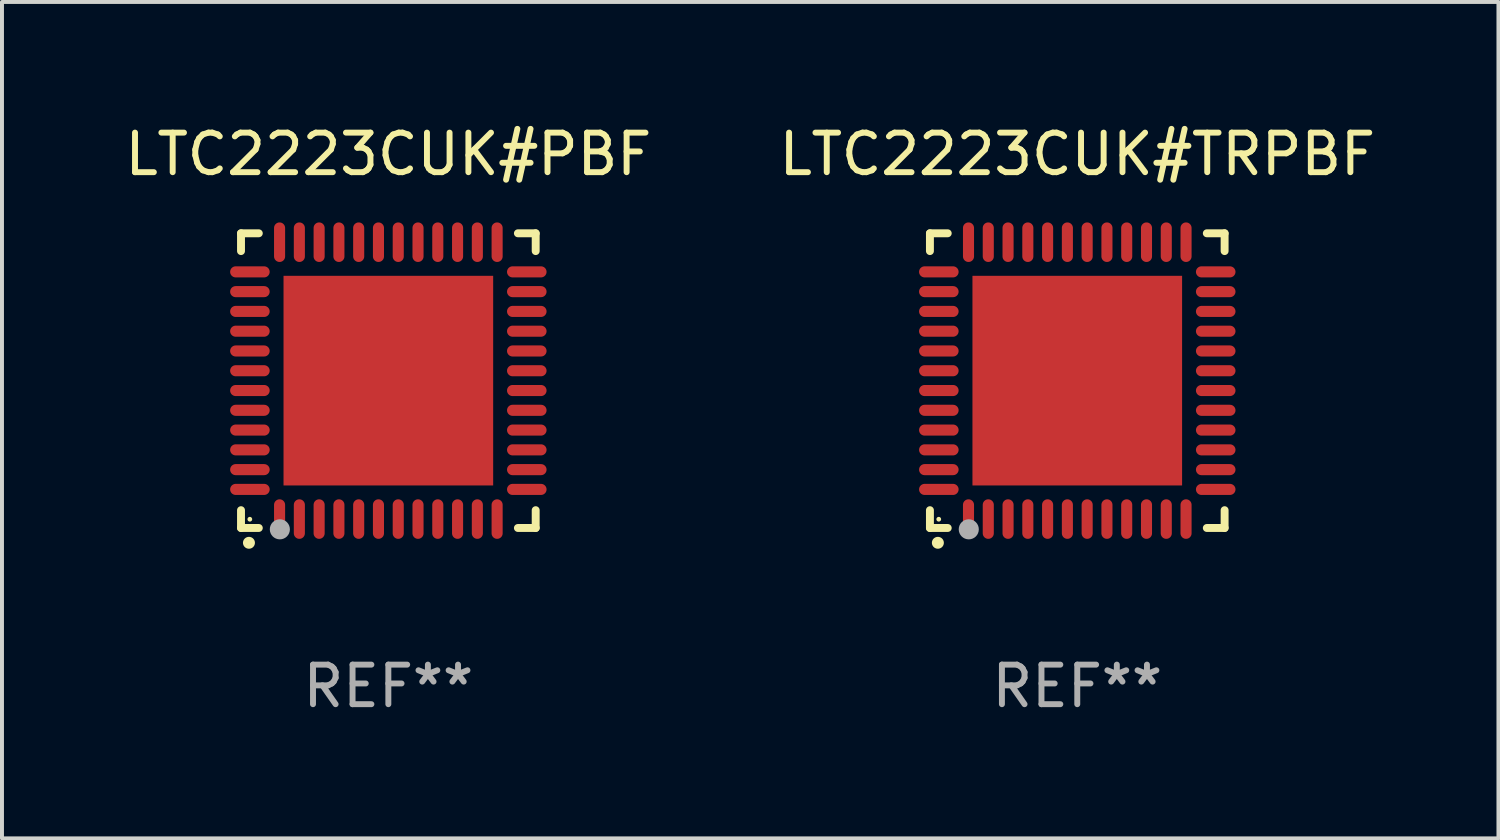
<source format=kicad_pcb>
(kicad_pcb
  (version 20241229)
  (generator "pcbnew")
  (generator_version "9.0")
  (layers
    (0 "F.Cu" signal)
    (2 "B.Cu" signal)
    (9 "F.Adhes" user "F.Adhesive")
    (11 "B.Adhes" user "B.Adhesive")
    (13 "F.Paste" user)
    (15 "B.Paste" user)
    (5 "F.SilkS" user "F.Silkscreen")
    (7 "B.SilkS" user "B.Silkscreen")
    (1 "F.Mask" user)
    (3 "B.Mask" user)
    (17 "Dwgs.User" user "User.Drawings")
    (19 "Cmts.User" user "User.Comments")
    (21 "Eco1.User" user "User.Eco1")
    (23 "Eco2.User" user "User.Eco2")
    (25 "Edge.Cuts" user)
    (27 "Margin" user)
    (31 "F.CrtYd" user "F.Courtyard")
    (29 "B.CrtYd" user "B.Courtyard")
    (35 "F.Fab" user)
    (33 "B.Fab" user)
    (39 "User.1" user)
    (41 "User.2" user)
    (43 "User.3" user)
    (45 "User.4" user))
  (footprint "LTC2223CUK#PBF"
    (layer "F.Cu")
    (at 6.768 6.573)
    (property "Reference" "LTC2223CUK#PBF" (at 0 -5.725 0) (layer "F.SilkS") (effects (font (size 1 1) (thickness 0.15))))
    (attr through_hole)
    (fp_line (start -3.725 -3.725) (end -3.275 -3.725) (stroke (width 0.2) (type solid)) (layer "F.SilkS"))
    (fp_line (start -3.725 -3.275) (end -3.725 -3.725) (stroke (width 0.2) (type solid)) (layer "F.SilkS"))
    (fp_line (start -3.725 3.725) (end -3.725 3.275) (stroke (width 0.2) (type solid)) (layer "F.SilkS"))
    (fp_line (start -3.275 3.725) (end -3.725 3.725) (stroke (width 0.2) (type solid)) (layer "F.SilkS"))
    (fp_line (start 3.275 3.725) (end 3.725 3.725) (stroke (width 0.2) (type solid)) (layer "F.SilkS"))
    (fp_line (start 3.725 -3.725) (end 3.275 -3.725) (stroke (width 0.2) (type solid)) (layer "F.SilkS"))
    (fp_line (start 3.725 -3.275) (end 3.725 -3.725) (stroke (width 0.2) (type solid)) (layer "F.SilkS"))
    (fp_line (start 3.725 3.725) (end 3.725 3.275) (stroke (width 0.2) (type solid)) (layer "F.SilkS"))
    (fp_arc (start -3.525527 4.099568) (mid -3.524257 4.099563) (end -3.522987 4.099568) (stroke (width 0.3) (type solid)) (layer "F.SilkS"))
    (fp_circle (center -3.502 3.504) (end -3.472 3.504) (stroke (width 0.06) (type solid)) (fill no) (layer "F.SilkS"))
    (fp_circle (center -2.743 3.759) (end -2.616 3.759) (stroke (width 0.254) (type solid)) (fill no) (layer "F.Fab"))
    (fp_text user "REF**" (at 0 7.725 0) (layer "F.Fab") (effects (font (size 1 1) (thickness 0.15))))
    (pad "1" smd oval (at -2.75 3.5) (size 0.28 1) (layers "F.Cu" "F.Mask" "F.Paste"))
    (pad "2" smd oval (at -2.25 3.5) (size 0.28 1) (layers "F.Cu" "F.Mask" "F.Paste"))
    (pad "3" smd oval (at -1.75 3.5) (size 0.28 1) (layers "F.Cu" "F.Mask" "F.Paste"))
    (pad "4" smd oval (at -1.25 3.5) (size 0.28 1) (layers "F.Cu" "F.Mask" "F.Paste"))
    (pad "5" smd oval (at -0.75 3.5) (size 0.28 1) (layers "F.Cu" "F.Mask" "F.Paste"))
    (pad "6" smd oval (at -0.25 3.5) (size 0.28 1) (layers "F.Cu" "F.Mask" "F.Paste"))
    (pad "7" smd oval (at 0.25 3.5) (size 0.28 1) (layers "F.Cu" "F.Mask" "F.Paste"))
    (pad "8" smd oval (at 0.75 3.5) (size 0.28 1) (layers "F.Cu" "F.Mask" "F.Paste"))
    (pad "9" smd oval (at 1.25 3.5) (size 0.28 1) (layers "F.Cu" "F.Mask" "F.Paste"))
    (pad "10" smd oval (at 1.75 3.5) (size 0.28 1) (layers "F.Cu" "F.Mask" "F.Paste"))
    (pad "11" smd oval (at 2.25 3.5) (size 0.28 1) (layers "F.Cu" "F.Mask" "F.Paste"))
    (pad "12" smd oval (at 2.75 3.5) (size 0.28 1) (layers "F.Cu" "F.Mask" "F.Paste"))
    (pad "13" smd oval (at 3.5 2.75) (size 1 0.28) (layers "F.Cu" "F.Mask" "F.Paste"))
    (pad "14" smd oval (at 3.5 2.25) (size 1 0.28) (layers "F.Cu" "F.Mask" "F.Paste"))
    (pad "15" smd oval (at 3.5 1.75) (size 1 0.28) (layers "F.Cu" "F.Mask" "F.Paste"))
    (pad "16" smd oval (at 3.5 1.25) (size 1 0.28) (layers "F.Cu" "F.Mask" "F.Paste"))
    (pad "17" smd oval (at 3.5 0.75) (size 1 0.28) (layers "F.Cu" "F.Mask" "F.Paste"))
    (pad "18" smd oval (at 3.5 0.25) (size 1 0.28) (layers "F.Cu" "F.Mask" "F.Paste"))
    (pad "19" smd oval (at 3.5 -0.25) (size 1 0.28) (layers "F.Cu" "F.Mask" "F.Paste"))
    (pad "20" smd oval (at 3.5 -0.75) (size 1 0.28) (layers "F.Cu" "F.Mask" "F.Paste"))
    (pad "21" smd oval (at 3.5 -1.25) (size 1 0.28) (layers "F.Cu" "F.Mask" "F.Paste"))
    (pad "22" smd oval (at 3.5 -1.75) (size 1 0.28) (layers "F.Cu" "F.Mask" "F.Paste"))
    (pad "23" smd oval (at 3.5 -2.25) (size 1 0.28) (layers "F.Cu" "F.Mask" "F.Paste"))
    (pad "24" smd oval (at 3.5 -2.75) (size 1 0.28) (layers "F.Cu" "F.Mask" "F.Paste"))
    (pad "25" smd oval (at 2.75 -3.5) (size 0.28 1) (layers "F.Cu" "F.Mask" "F.Paste"))
    (pad "26" smd oval (at 2.25 -3.5) (size 0.28 1) (layers "F.Cu" "F.Mask" "F.Paste"))
    (pad "27" smd oval (at 1.75 -3.5) (size 0.28 1) (layers "F.Cu" "F.Mask" "F.Paste"))
    (pad "28" smd oval (at 1.25 -3.5) (size 0.28 1) (layers "F.Cu" "F.Mask" "F.Paste"))
    (pad "29" smd oval (at 0.75 -3.5) (size 0.28 1) (layers "F.Cu" "F.Mask" "F.Paste"))
    (pad "30" smd oval (at 0.25 -3.5) (size 0.28 1) (layers "F.Cu" "F.Mask" "F.Paste"))
    (pad "31" smd oval (at -0.25 -3.5) (size 0.28 1) (layers "F.Cu" "F.Mask" "F.Paste"))
    (pad "32" smd oval (at -0.75 -3.5) (size 0.28 1) (layers "F.Cu" "F.Mask" "F.Paste"))
    (pad "33" smd oval (at -1.25 -3.5) (size 0.28 1) (layers "F.Cu" "F.Mask" "F.Paste"))
    (pad "34" smd oval (at -1.75 -3.5) (size 0.28 1) (layers "F.Cu" "F.Mask" "F.Paste"))
    (pad "35" smd oval (at -2.25 -3.5) (size 0.28 1) (layers "F.Cu" "F.Mask" "F.Paste"))
    (pad "36" smd oval (at -2.75 -3.5) (size 0.28 1) (layers "F.Cu" "F.Mask" "F.Paste"))
    (pad "37" smd oval (at -3.5 -2.75) (size 1 0.28) (layers "F.Cu" "F.Mask" "F.Paste"))
    (pad "38" smd oval (at -3.5 -2.25) (size 1 0.28) (layers "F.Cu" "F.Mask" "F.Paste"))
    (pad "39" smd oval (at -3.5 -1.75) (size 1 0.28) (layers "F.Cu" "F.Mask" "F.Paste"))
    (pad "40" smd oval (at -3.5 -1.25) (size 1 0.28) (layers "F.Cu" "F.Mask" "F.Paste"))
    (pad "41" smd oval (at -3.5 -0.75) (size 1 0.28) (layers "F.Cu" "F.Mask" "F.Paste"))
    (pad "42" smd oval (at -3.5 -0.25) (size 1 0.28) (layers "F.Cu" "F.Mask" "F.Paste"))
    (pad "43" smd oval (at -3.5 0.25) (size 1 0.28) (layers "F.Cu" "F.Mask" "F.Paste"))
    (pad "44" smd oval (at -3.5 0.75) (size 1 0.28) (layers "F.Cu" "F.Mask" "F.Paste"))
    (pad "45" smd oval (at -3.5 1.25) (size 1 0.28) (layers "F.Cu" "F.Mask" "F.Paste"))
    (pad "46" smd oval (at -3.5 1.75) (size 1 0.28) (layers "F.Cu" "F.Mask" "F.Paste"))
    (pad "47" smd oval (at -3.5 2.25) (size 1 0.28) (layers "F.Cu" "F.Mask" "F.Paste"))
    (pad "48" smd oval (at -3.5 2.75) (size 1 0.28) (layers "F.Cu" "F.Mask" "F.Paste"))
    (pad "49" smd rect (at 0 0) (size 5.3 5.3) (layers "F.Cu" "F.Mask" "F.Paste")))
  (footprint "LTC2223CUK#TRPBF"
    (layer "F.Cu")
    (at 24.185 6.573)
    (property "Reference" "LTC2223CUK#TRPBF" (at 0 -5.725 0) (layer "F.SilkS") (effects (font (size 1 1) (thickness 0.15))))
    (attr through_hole)
    (fp_line (start -3.725 -3.725) (end -3.275 -3.725) (stroke (width 0.2) (type solid)) (layer "F.SilkS"))
    (fp_line (start -3.725 -3.275) (end -3.725 -3.725) (stroke (width 0.2) (type solid)) (layer "F.SilkS"))
    (fp_line (start -3.725 3.725) (end -3.725 3.275) (stroke (width 0.2) (type solid)) (layer "F.SilkS"))
    (fp_line (start -3.275 3.725) (end -3.725 3.725) (stroke (width 0.2) (type solid)) (layer "F.SilkS"))
    (fp_line (start 3.275 3.725) (end 3.725 3.725) (stroke (width 0.2) (type solid)) (layer "F.SilkS"))
    (fp_line (start 3.725 -3.725) (end 3.275 -3.725) (stroke (width 0.2) (type solid)) (layer "F.SilkS"))
    (fp_line (start 3.725 -3.275) (end 3.725 -3.725) (stroke (width 0.2) (type solid)) (layer "F.SilkS"))
    (fp_line (start 3.725 3.725) (end 3.725 3.275) (stroke (width 0.2) (type solid)) (layer "F.SilkS"))
    (fp_arc (start -3.525527 4.099568) (mid -3.524257 4.099563) (end -3.522987 4.099568) (stroke (width 0.3) (type solid)) (layer "F.SilkS"))
    (fp_circle (center -3.502 3.504) (end -3.472 3.504) (stroke (width 0.06) (type solid)) (fill no) (layer "F.SilkS"))
    (fp_circle (center -2.743 3.759) (end -2.616 3.759) (stroke (width 0.254) (type solid)) (fill no) (layer "F.Fab"))
    (fp_text user "REF**" (at 0 7.725 0) (layer "F.Fab") (effects (font (size 1 1) (thickness 0.15))))
    (pad "1" smd oval (at -2.75 3.5) (size 0.28 1) (layers "F.Cu" "F.Mask" "F.Paste"))
    (pad "2" smd oval (at -2.25 3.5) (size 0.28 1) (layers "F.Cu" "F.Mask" "F.Paste"))
    (pad "3" smd oval (at -1.75 3.5) (size 0.28 1) (layers "F.Cu" "F.Mask" "F.Paste"))
    (pad "4" smd oval (at -1.25 3.5) (size 0.28 1) (layers "F.Cu" "F.Mask" "F.Paste"))
    (pad "5" smd oval (at -0.75 3.5) (size 0.28 1) (layers "F.Cu" "F.Mask" "F.Paste"))
    (pad "6" smd oval (at -0.25 3.5) (size 0.28 1) (layers "F.Cu" "F.Mask" "F.Paste"))
    (pad "7" smd oval (at 0.25 3.5) (size 0.28 1) (layers "F.Cu" "F.Mask" "F.Paste"))
    (pad "8" smd oval (at 0.75 3.5) (size 0.28 1) (layers "F.Cu" "F.Mask" "F.Paste"))
    (pad "9" smd oval (at 1.25 3.5) (size 0.28 1) (layers "F.Cu" "F.Mask" "F.Paste"))
    (pad "10" smd oval (at 1.75 3.5) (size 0.28 1) (layers "F.Cu" "F.Mask" "F.Paste"))
    (pad "11" smd oval (at 2.25 3.5) (size 0.28 1) (layers "F.Cu" "F.Mask" "F.Paste"))
    (pad "12" smd oval (at 2.75 3.5) (size 0.28 1) (layers "F.Cu" "F.Mask" "F.Paste"))
    (pad "13" smd oval (at 3.5 2.75) (size 1 0.28) (layers "F.Cu" "F.Mask" "F.Paste"))
    (pad "14" smd oval (at 3.5 2.25) (size 1 0.28) (layers "F.Cu" "F.Mask" "F.Paste"))
    (pad "15" smd oval (at 3.5 1.75) (size 1 0.28) (layers "F.Cu" "F.Mask" "F.Paste"))
    (pad "16" smd oval (at 3.5 1.25) (size 1 0.28) (layers "F.Cu" "F.Mask" "F.Paste"))
    (pad "17" smd oval (at 3.5 0.75) (size 1 0.28) (layers "F.Cu" "F.Mask" "F.Paste"))
    (pad "18" smd oval (at 3.5 0.25) (size 1 0.28) (layers "F.Cu" "F.Mask" "F.Paste"))
    (pad "19" smd oval (at 3.5 -0.25) (size 1 0.28) (layers "F.Cu" "F.Mask" "F.Paste"))
    (pad "20" smd oval (at 3.5 -0.75) (size 1 0.28) (layers "F.Cu" "F.Mask" "F.Paste"))
    (pad "21" smd oval (at 3.5 -1.25) (size 1 0.28) (layers "F.Cu" "F.Mask" "F.Paste"))
    (pad "22" smd oval (at 3.5 -1.75) (size 1 0.28) (layers "F.Cu" "F.Mask" "F.Paste"))
    (pad "23" smd oval (at 3.5 -2.25) (size 1 0.28) (layers "F.Cu" "F.Mask" "F.Paste"))
    (pad "24" smd oval (at 3.5 -2.75) (size 1 0.28) (layers "F.Cu" "F.Mask" "F.Paste"))
    (pad "25" smd oval (at 2.75 -3.5) (size 0.28 1) (layers "F.Cu" "F.Mask" "F.Paste"))
    (pad "26" smd oval (at 2.25 -3.5) (size 0.28 1) (layers "F.Cu" "F.Mask" "F.Paste"))
    (pad "27" smd oval (at 1.75 -3.5) (size 0.28 1) (layers "F.Cu" "F.Mask" "F.Paste"))
    (pad "28" smd oval (at 1.25 -3.5) (size 0.28 1) (layers "F.Cu" "F.Mask" "F.Paste"))
    (pad "29" smd oval (at 0.75 -3.5) (size 0.28 1) (layers "F.Cu" "F.Mask" "F.Paste"))
    (pad "30" smd oval (at 0.25 -3.5) (size 0.28 1) (layers "F.Cu" "F.Mask" "F.Paste"))
    (pad "31" smd oval (at -0.25 -3.5) (size 0.28 1) (layers "F.Cu" "F.Mask" "F.Paste"))
    (pad "32" smd oval (at -0.75 -3.5) (size 0.28 1) (layers "F.Cu" "F.Mask" "F.Paste"))
    (pad "33" smd oval (at -1.25 -3.5) (size 0.28 1) (layers "F.Cu" "F.Mask" "F.Paste"))
    (pad "34" smd oval (at -1.75 -3.5) (size 0.28 1) (layers "F.Cu" "F.Mask" "F.Paste"))
    (pad "35" smd oval (at -2.25 -3.5) (size 0.28 1) (layers "F.Cu" "F.Mask" "F.Paste"))
    (pad "36" smd oval (at -2.75 -3.5) (size 0.28 1) (layers "F.Cu" "F.Mask" "F.Paste"))
    (pad "37" smd oval (at -3.5 -2.75) (size 1 0.28) (layers "F.Cu" "F.Mask" "F.Paste"))
    (pad "38" smd oval (at -3.5 -2.25) (size 1 0.28) (layers "F.Cu" "F.Mask" "F.Paste"))
    (pad "39" smd oval (at -3.5 -1.75) (size 1 0.28) (layers "F.Cu" "F.Mask" "F.Paste"))
    (pad "40" smd oval (at -3.5 -1.25) (size 1 0.28) (layers "F.Cu" "F.Mask" "F.Paste"))
    (pad "41" smd oval (at -3.5 -0.75) (size 1 0.28) (layers "F.Cu" "F.Mask" "F.Paste"))
    (pad "42" smd oval (at -3.5 -0.25) (size 1 0.28) (layers "F.Cu" "F.Mask" "F.Paste"))
    (pad "43" smd oval (at -3.5 0.25) (size 1 0.28) (layers "F.Cu" "F.Mask" "F.Paste"))
    (pad "44" smd oval (at -3.5 0.75) (size 1 0.28) (layers "F.Cu" "F.Mask" "F.Paste"))
    (pad "45" smd oval (at -3.5 1.25) (size 1 0.28) (layers "F.Cu" "F.Mask" "F.Paste"))
    (pad "46" smd oval (at -3.5 1.75) (size 1 0.28) (layers "F.Cu" "F.Mask" "F.Paste"))
    (pad "47" smd oval (at -3.5 2.25) (size 1 0.28) (layers "F.Cu" "F.Mask" "F.Paste"))
    (pad "48" smd oval (at -3.5 2.75) (size 1 0.28) (layers "F.Cu" "F.Mask" "F.Paste"))
    (pad "49" smd rect (at 0 0) (size 5.3 5.3) (layers "F.Cu" "F.Mask" "F.Paste")))
  (gr_rect
    (start -3 -3)
    (end 34.833 18.146)
    (stroke (width 0.1) (type default))
    (fill no)
    (layer "Edge.Cuts")))
</source>
